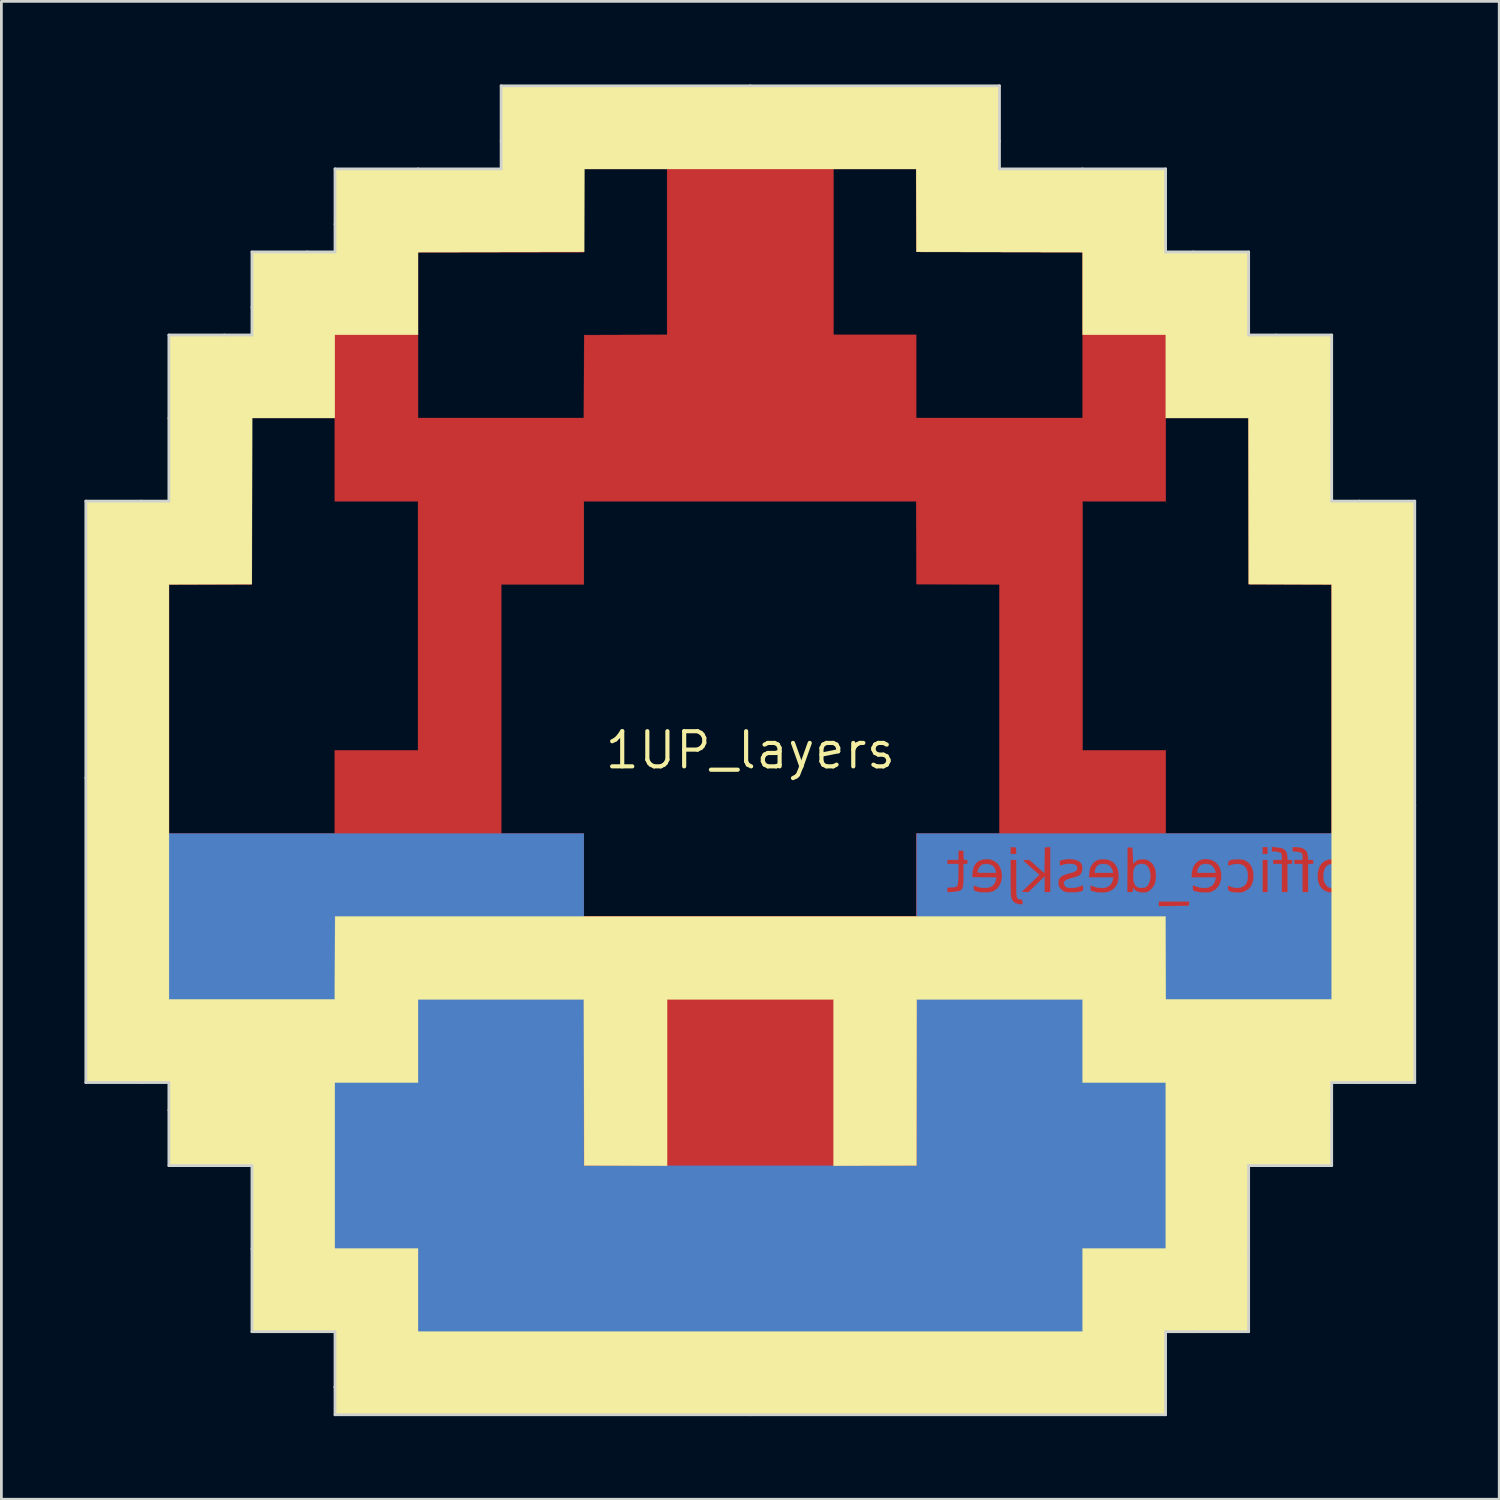
<source format=kicad_pcb>
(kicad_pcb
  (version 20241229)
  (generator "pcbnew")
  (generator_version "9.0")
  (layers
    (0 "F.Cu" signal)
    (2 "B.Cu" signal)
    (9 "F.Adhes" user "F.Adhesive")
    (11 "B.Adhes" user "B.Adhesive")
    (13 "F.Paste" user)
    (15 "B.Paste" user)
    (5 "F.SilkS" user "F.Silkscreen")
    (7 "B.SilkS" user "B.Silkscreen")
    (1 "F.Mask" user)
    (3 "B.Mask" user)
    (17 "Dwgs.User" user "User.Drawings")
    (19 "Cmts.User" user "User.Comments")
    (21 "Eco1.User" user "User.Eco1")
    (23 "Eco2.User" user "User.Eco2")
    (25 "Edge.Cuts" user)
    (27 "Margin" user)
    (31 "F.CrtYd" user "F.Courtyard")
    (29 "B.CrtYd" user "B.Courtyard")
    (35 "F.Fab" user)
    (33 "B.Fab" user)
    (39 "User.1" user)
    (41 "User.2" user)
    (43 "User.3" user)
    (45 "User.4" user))
  (footprint "1UP_layers"
    (layer "F.Cu")
    (at 24.05 24.05)
    (property "Reference" "1UP_layers" (at 0 0 0) (layer "F.SilkS") (effects (font (size 1.27 1.27) (thickness 0.15))))
    (attr through_hole)
    (fp_poly (pts (xy 8.996 -20.997) (xy 15.007 -20.997) (xy 15.007 -18.013) (xy 18.002 -18.002) (xy 18.008 -16.505) (xy 18.013 -15.007) (xy 20.997 -15.007) (xy 20.997 -8.996) (xy 24.003 -8.996) (xy 24.003 12.002) (xy 20.997 12.002) (xy 20.997 15.007) (xy 18.013 15.007) (xy 18.013 20.997) (xy 15.007 20.997) (xy 15.007 24.003) (xy -15.007 24.003) (xy -15.007 20.997) (xy -18.013 20.997) (xy -18.013 15.007) (xy -20.997 15.007) (xy -20.997 12.002) (xy -24.003 12.002) (xy -24.003 -5.99) (xy -20.997 -5.99) (xy -20.997 3.006) (xy -15.007 3.006) (xy -15.007 0) (xy -12.002 0) (xy -12.002 -5.99) (xy -8.996 -5.99) (xy -8.996 3.006) (xy -6.011 3.006) (xy -6.011 5.99) (xy 5.99 5.99) (xy 5.99 3.006) (xy 8.996 3.006) (xy 8.996 -5.99) (xy 7.498 -5.995) (xy 6.001 -6.001) (xy 5.99 -8.996) (xy 12.002 -8.996) (xy 12.002 0) (xy 15.007 0) (xy 15.007 3.006) (xy 20.997 3.006) (xy 20.997 -5.99) (xy 19.5 -5.995) (xy 18.002 -6.001) (xy 17.997 -9.001) (xy 17.992 -12.002) (xy 16.499 -12.002) (xy 15.007 -12.002) (xy 15.007 -8.996) (xy 12.002 -8.996) (xy 5.99 -8.996) (xy -6.011 -8.996) (xy -6.011 -5.99) (xy -8.996 -5.99) (xy -12.002 -5.99) (xy -12.002 -8.996) (xy -15.007 -8.996) (xy -15.007 -12.002) (xy -18.013 -12.002) (xy -18.013 -5.99) (xy -20.997 -5.99) (xy -24.003 -5.99) (xy -24.003 -8.996) (xy -20.997 -8.996) (xy -20.997 -15.007) (xy -18.013 -15.007) (xy -18.008 -16.505) (xy -18.002 -17.992) (xy -12.002 -17.992) (xy -12.002 -12.002) (xy -6.012 -12.002) (xy -6.001 -14.997) (xy -4.503 -15.002) (xy -3.006 -15.007) (xy -3.006 -20.997) (xy 3.006 -20.997) (xy 3.006 -15.007) (xy 5.99 -15.007) (xy 5.99 -12.002) (xy 12.002 -12.002) (xy 12.002 -17.992) (xy 6.001 -18.002) (xy 5.99 -20.997) (xy 3.006 -20.997) (xy -3.006 -20.997) (xy -6.011 -20.997) (xy -6.011 -17.992) (xy -12.002 -17.992) (xy -18.002 -17.992) (xy -18.002 -18.002) (xy -16.505 -18.008) (xy -15.007 -18.013) (xy -15.007 -20.997) (xy -8.996 -20.997) (xy -8.996 -24.003) (xy 8.996 -24.003) (xy 8.996 -20.997)) (stroke (width 0.01) (type solid)) (fill yes) (layer "F.Cu"))
    (fp_poly (pts (xy -3.006 -15.007) (xy -4.503 -15.002) (xy -6.001 -14.997) (xy -6.012 -12.002) (xy -12.002 -12.002) (xy -12.002 -17.992) (xy -6.001 -18.002) (xy -5.995 -19.5) (xy -5.99 -20.997) (xy -3.006 -20.997) (xy -3.006 -15.007)) (stroke (width 0.01) (type solid)) (fill yes) (layer "F.Mask"))
    (fp_poly (pts (xy 6.001 -18.002) (xy 12.002 -17.992) (xy 12.002 -12.002) (xy 6.012 -12.002) (xy 6.006 -13.499) (xy 6.001 -14.997) (xy 4.503 -15.002) (xy 3.006 -15.007) (xy 3.006 -20.997) (xy 5.99 -20.997) (xy 6.001 -18.002)) (stroke (width 0.01) (type solid)) (fill yes) (layer "F.Mask"))
    (fp_poly (pts (xy -15.007 -8.996) (xy -12.002 -8.996) (xy -12.002 0) (xy -15.007 0) (xy -15.007 3.006) (xy -20.997 3.006) (xy -20.997 -5.99) (xy -19.5 -5.995) (xy -18.002 -6.001) (xy -17.992 -12.002) (xy -15.007 -12.002) (xy -15.007 -8.996)) (stroke (width 0.01) (type solid)) (fill yes) (layer "F.Mask"))
    (fp_poly (pts (xy 17.997 -9.001) (xy 18.002 -6.001) (xy 19.5 -5.995) (xy 20.997 -5.99) (xy 20.997 3.006) (xy 15.007 3.006) (xy 15.007 0) (xy 12.002 0) (xy 12.002 -8.996) (xy 15.007 -8.996) (xy 15.007 -12.002) (xy 16.499 -12.002) (xy 17.992 -12.002) (xy 17.997 -9.001)) (stroke (width 0.01) (type solid)) (fill yes) (layer "F.Mask"))
    (fp_poly (pts (xy 6.001 -6.001) (xy 7.498 -5.995) (xy 8.996 -5.99) (xy 8.996 3.006) (xy 5.99 3.006) (xy 5.99 5.99) (xy -5.99 5.99) (xy -5.99 3.006) (xy -8.996 3.006) (xy -8.996 -5.99) (xy -7.498 -5.995) (xy -6.001 -6.001) (xy -5.995 -7.498) (xy -5.99 -8.996) (xy 5.99 -8.996) (xy 6.001 -6.001)) (stroke (width 0.01) (type solid)) (fill yes) (layer "F.Mask"))
    (fp_poly (pts (xy 12.819 4.111) (xy 12.908 4.134) (xy 12.924 4.14) (xy 12.999 4.197) (xy 13.059 4.283) (xy 13.089 4.366) (xy 13.103 4.424) (xy 12.446 4.424) (xy 12.446 4.37) (xy 12.464 4.286) (xy 12.512 4.203) (xy 12.565 4.151) (xy 12.632 4.12) (xy 12.721 4.106) (xy 12.819 4.111)) (stroke (width 0.01) (type solid)) (fill yes) (layer "B.Cu"))
    (fp_poly (pts (xy 16.523 4.111) (xy 16.613 4.134) (xy 16.628 4.14) (xy 16.703 4.197) (xy 16.763 4.283) (xy 16.793 4.366) (xy 16.807 4.424) (xy 16.15 4.424) (xy 16.15 4.37) (xy 16.168 4.286) (xy 16.217 4.203) (xy 16.269 4.151) (xy 16.336 4.12) (xy 16.426 4.106) (xy 16.523 4.111)) (stroke (width 0.01) (type solid)) (fill yes) (layer "B.Cu"))
    (fp_poly (pts (xy 8.655 4.124) (xy 8.753 4.173) (xy 8.823 4.253) (xy 8.861 4.356) (xy 8.874 4.424) (xy 8.543 4.424) (xy 8.418 4.423) (xy 8.328 4.422) (xy 8.269 4.418) (xy 8.234 4.412) (xy 8.217 4.403) (xy 8.213 4.389) (xy 8.213 4.388) (xy 8.227 4.326) (xy 8.263 4.253) (xy 8.31 4.186) (xy 8.358 4.143) (xy 8.43 4.117) (xy 8.524 4.106) (xy 8.533 4.106) (xy 8.655 4.124)) (stroke (width 0.01) (type solid)) (fill yes) (layer "B.Cu"))
    (fp_poly (pts (xy 22.83 4.275) (xy 22.907 4.325) (xy 22.952 4.389) (xy 22.98 4.485) (xy 22.985 4.595) (xy 22.966 4.698) (xy 22.954 4.731) (xy 22.899 4.802) (xy 22.819 4.848) (xy 22.727 4.867) (xy 22.635 4.853) (xy 22.608 4.842) (xy 22.534 4.782) (xy 22.485 4.697) (xy 22.462 4.598) (xy 22.466 4.495) (xy 22.497 4.398) (xy 22.556 4.318) (xy 22.567 4.308) (xy 22.649 4.264) (xy 22.741 4.253) (xy 22.83 4.275)) (stroke (width 0.01) (type solid)) (fill yes) (layer "B.Cu"))
    (fp_poly (pts (xy 21.131 4.125) (xy 21.22 4.178) (xy 21.287 4.268) (xy 21.298 4.29) (xy 21.324 4.384) (xy 21.336 4.498) (xy 21.332 4.619) (xy 21.315 4.731) (xy 21.283 4.819) (xy 21.276 4.83) (xy 21.206 4.907) (xy 21.112 4.956) (xy 21.008 4.974) (xy 20.905 4.956) (xy 20.9 4.954) (xy 20.84 4.912) (xy 20.782 4.843) (xy 20.736 4.759) (xy 20.721 4.714) (xy 20.709 4.644) (xy 20.704 4.555) (xy 20.705 4.488) (xy 20.727 4.344) (xy 20.774 4.233) (xy 20.845 4.157) (xy 20.94 4.115) (xy 21.018 4.106) (xy 21.131 4.125)) (stroke (width 0.01) (type solid)) (fill yes) (layer "B.Cu"))
    (fp_poly (pts (xy 14.225 4.115) (xy 14.283 4.136) (xy 14.351 4.193) (xy 14.402 4.281) (xy 14.435 4.389) (xy 14.449 4.508) (xy 14.444 4.63) (xy 14.419 4.745) (xy 14.374 4.843) (xy 14.342 4.885) (xy 14.294 4.931) (xy 14.246 4.955) (xy 14.179 4.966) (xy 14.159 4.968) (xy 14.074 4.969) (xy 14.012 4.953) (xy 13.979 4.936) (xy 13.914 4.881) (xy 13.87 4.807) (xy 13.844 4.708) (xy 13.833 4.577) (xy 13.832 4.53) (xy 13.838 4.4) (xy 13.856 4.302) (xy 13.889 4.228) (xy 13.942 4.168) (xy 13.972 4.144) (xy 14.043 4.113) (xy 14.133 4.103) (xy 14.225 4.115)) (stroke (width 0.01) (type solid)) (fill yes) (layer "B.Cu"))
    (fp_poly (pts (xy -6.011 15.007) (xy 6.011 15.007) (xy 6.011 3.958) (xy 7.112 3.958) (xy 7.112 4.106) (xy 7.517 4.106) (xy 7.51 4.487) (xy 7.507 4.636) (xy 7.503 4.748) (xy 7.494 4.828) (xy 7.477 4.883) (xy 7.451 4.917) (xy 7.411 4.936) (xy 7.356 4.944) (xy 7.282 4.949) (xy 7.27 4.95) (xy 7.112 4.958) (xy 7.112 5.127) (xy 7.308 5.118) (xy 7.445 5.106) (xy 7.542 5.085) (xy 7.574 5.072) (xy 7.616 5.046) (xy 7.648 5.013) (xy 7.671 4.968) (xy 7.687 4.905) (xy 7.697 4.819) (xy 7.703 4.703) (xy 7.704 4.583) (xy 8.012 4.583) (xy 8.451 4.588) (xy 8.582 4.59) (xy 8.698 4.593) (xy 8.791 4.595) (xy 8.857 4.598) (xy 8.888 4.6) (xy 8.89 4.6) (xy 8.884 4.622) (xy 8.87 4.672) (xy 8.859 4.712) (xy 8.808 4.824) (xy 8.73 4.904) (xy 8.624 4.952) (xy 8.49 4.971) (xy 8.4 4.968) (xy 8.308 4.955) (xy 8.217 4.933) (xy 8.16 4.913) (xy 8.065 4.871) (xy 8.065 4.964) (xy 8.069 5.023) (xy 8.082 5.064) (xy 8.088 5.071) (xy 8.167 5.103) (xy 8.275 5.125) (xy 8.399 5.136) (xy 8.528 5.137) (xy 8.649 5.126) (xy 8.75 5.104) (xy 8.795 5.086) (xy 8.913 5.001) (xy 9.004 4.888) (xy 9.064 4.753) (xy 9.093 4.603) (xy 9.088 4.442) (xy 9.072 4.36) (xy 9.022 4.218) (xy 8.95 4.108) (xy 8.85 4.023) (xy 8.795 3.991) (xy 8.725 3.958) (xy 9.398 3.958) (xy 9.398 4.598) (xy 9.399 4.796) (xy 9.401 4.969) (xy 9.405 5.112) (xy 9.41 5.222) (xy 9.417 5.296) (xy 9.421 5.323) (xy 9.469 5.43) (xy 9.546 5.506) (xy 9.652 5.551) (xy 9.764 5.565) (xy 9.845 5.567) (xy 9.838 5.477) (xy 9.837 5.461) (xy 14.753 5.461) (xy 14.753 5.631) (xy 15.843 5.62) (xy 15.856 5.461) (xy 14.753 5.461) (xy 9.837 5.461) (xy 9.832 5.42) (xy 9.816 5.393) (xy 9.78 5.383) (xy 9.753 5.38) (xy 9.715 5.376) (xy 9.685 5.369) (xy 9.661 5.353) (xy 9.642 5.326) (xy 9.629 5.282) (xy 9.62 5.218) (xy 9.614 5.129) (xy 9.614 5.12) (xy 9.79 5.12) (xy 9.921 5.121) (xy 10.053 5.122) (xy 10.626 4.567) (xy 10.626 5.122) (xy 10.837 5.122) (xy 10.837 4.843) (xy 11.123 4.843) (xy 11.16 4.947) (xy 11.233 5.035) (xy 11.338 5.103) (xy 11.372 5.117) (xy 11.429 5.128) (xy 11.516 5.134) (xy 11.62 5.135) (xy 11.73 5.131) (xy 11.833 5.122) (xy 11.917 5.109) (xy 11.943 5.102) (xy 11.99 5.086) (xy 12.014 5.065) (xy 12.022 5.026) (xy 12.023 4.971) (xy 12.021 4.908) (xy 12.013 4.88) (xy 11.997 4.876) (xy 11.986 4.88) (xy 11.848 4.933) (xy 11.73 4.962) (xy 11.617 4.971) (xy 11.57 4.97) (xy 11.489 4.963) (xy 11.437 4.952) (xy 11.402 4.931) (xy 11.375 4.903) (xy 11.332 4.835) (xy 11.328 4.774) (xy 11.365 4.72) (xy 11.443 4.672) (xy 11.562 4.63) (xy 11.608 4.617) (xy 11.697 4.593) (xy 12.229 4.593) (xy 13.107 4.593) (xy 13.092 4.673) (xy 13.052 4.789) (xy 12.982 4.878) (xy 12.884 4.939) (xy 12.764 4.97) (xy 12.623 4.97) (xy 12.465 4.939) (xy 12.419 4.924) (xy 12.275 4.875) (xy 12.281 4.972) (xy 12.287 5.068) (xy 12.404 5.105) (xy 12.532 5.133) (xy 12.671 5.143) (xy 12.808 5.137) (xy 12.887 5.122) (xy 13.61 5.122) (xy 13.822 5.122) (xy 13.822 5.044) (xy 13.823 4.993) (xy 13.829 4.981) (xy 13.847 5) (xy 13.855 5.012) (xy 13.92 5.072) (xy 14.014 5.116) (xy 14.123 5.14) (xy 14.235 5.143) (xy 14.339 5.121) (xy 14.357 5.114) (xy 14.446 5.057) (xy 14.529 4.968) (xy 14.597 4.858) (xy 14.607 4.837) (xy 14.636 4.741) (xy 14.652 4.621) (xy 14.653 4.593) (xy 15.933 4.593) (xy 16.811 4.593) (xy 16.796 4.673) (xy 16.756 4.788) (xy 16.686 4.878) (xy 16.589 4.939) (xy 16.469 4.97) (xy 16.329 4.971) (xy 16.174 4.939) (xy 16.124 4.923) (xy 15.981 4.872) (xy 15.981 4.964) (xy 15.985 5.023) (xy 15.995 5.062) (xy 16 5.068) (xy 16.068 5.096) (xy 16.165 5.118) (xy 16.28 5.133) (xy 16.4 5.14) (xy 16.513 5.139) (xy 16.606 5.128) (xy 16.639 5.119) (xy 16.776 5.052) (xy 16.883 4.955) (xy 16.913 4.907) (xy 17.249 4.907) (xy 17.249 4.951) (xy 17.255 5.004) (xy 17.266 5.051) (xy 17.277 5.075) (xy 17.34 5.107) (xy 17.439 5.129) (xy 17.566 5.14) (xy 17.612 5.142) (xy 17.707 5.14) (xy 17.779 5.129) (xy 17.846 5.106) (xy 17.882 5.089) (xy 18.004 5.008) (xy 18.093 4.903) (xy 18.151 4.772) (xy 18.177 4.613) (xy 18.178 4.479) (xy 18.152 4.313) (xy 18.094 4.175) (xy 18.005 4.064) (xy 17.883 3.98) (xy 17.845 3.963) (xy 17.828 3.958) (xy 18.5 3.958) (xy 18.5 5.122) (xy 18.69 5.122) (xy 18.69 3.958) (xy 18.5 3.958) (xy 17.828 3.958) (xy 17.771 3.943) (xy 17.671 3.933) (xy 17.56 3.932) (xy 17.453 3.94) (xy 17.364 3.957) (xy 17.346 3.963) (xy 17.292 3.987) (xy 17.266 4.015) (xy 17.256 4.065) (xy 17.255 4.082) (xy 17.253 4.136) (xy 17.263 4.162) (xy 17.294 4.164) (xy 17.354 4.147) (xy 17.378 4.138) (xy 17.45 4.12) (xy 17.541 4.109) (xy 17.6 4.106) (xy 17.721 4.12) (xy 17.815 4.162) (xy 17.889 4.238) (xy 17.924 4.297) (xy 17.957 4.395) (xy 17.97 4.514) (xy 17.963 4.637) (xy 17.938 4.749) (xy 17.908 4.814) (xy 17.834 4.895) (xy 17.734 4.948) (xy 17.616 4.971) (xy 17.485 4.963) (xy 17.373 4.932) (xy 17.311 4.909) (xy 17.269 4.893) (xy 17.256 4.89) (xy 17.249 4.907) (xy 16.913 4.907) (xy 16.96 4.83) (xy 17.004 4.681) (xy 17.013 4.602) (xy 17.009 4.424) (xy 16.972 4.269) (xy 16.904 4.14) (xy 16.806 4.039) (xy 16.68 3.967) (xy 16.571 3.935) (xy 16.417 3.923) (xy 16.279 3.948) (xy 16.16 4.009) (xy 16.063 4.101) (xy 15.992 4.223) (xy 15.951 4.371) (xy 15.943 4.44) (xy 15.933 4.593) (xy 14.653 4.593) (xy 14.656 4.493) (xy 14.647 4.373) (xy 14.628 4.286) (xy 14.562 4.145) (xy 14.473 4.038) (xy 14.363 3.967) (xy 14.234 3.932) (xy 14.171 3.929) (xy 14.042 3.943) (xy 13.941 3.986) (xy 13.875 4.043) (xy 13.832 4.09) (xy 13.822 3.796) (xy 13.811 3.503) (xy 13.621 3.503) (xy 13.615 4.313) (xy 13.61 5.122) (xy 12.887 5.122) (xy 12.928 5.115) (xy 12.986 5.093) (xy 13.115 5.015) (xy 13.21 4.915) (xy 13.273 4.79) (xy 13.305 4.638) (xy 13.309 4.59) (xy 13.303 4.416) (xy 13.265 4.264) (xy 13.197 4.137) (xy 13.101 4.037) (xy 12.981 3.968) (xy 12.838 3.933) (xy 12.764 3.928) (xy 12.629 3.937) (xy 12.522 3.967) (xy 12.434 4.021) (xy 12.405 4.047) (xy 12.32 4.152) (xy 12.267 4.272) (xy 12.24 4.418) (xy 12.239 4.44) (xy 12.229 4.593) (xy 11.697 4.593) (xy 11.732 4.584) (xy 11.821 4.552) (xy 11.885 4.519) (xy 11.93 4.48) (xy 11.96 4.439) (xy 11.993 4.349) (xy 12.001 4.244) (xy 11.983 4.143) (xy 11.959 4.089) (xy 11.894 4.021) (xy 11.797 3.97) (xy 11.676 3.937) (xy 11.538 3.925) (xy 11.391 3.935) (xy 11.287 3.955) (xy 11.176 3.984) (xy 11.176 4.077) (xy 11.178 4.136) (xy 11.191 4.163) (xy 11.224 4.162) (xy 11.286 4.139) (xy 11.293 4.137) (xy 11.365 4.117) (xy 11.464 4.105) (xy 11.531 4.103) (xy 11.65 4.11) (xy 11.733 4.135) (xy 11.784 4.179) (xy 11.806 4.244) (xy 11.807 4.249) (xy 11.798 4.309) (xy 11.755 4.358) (xy 11.676 4.399) (xy 11.557 4.433) (xy 11.556 4.433) (xy 11.404 4.474) (xy 11.29 4.519) (xy 11.209 4.573) (xy 11.156 4.639) (xy 11.127 4.719) (xy 11.125 4.729) (xy 11.123 4.843) (xy 10.837 4.843) (xy 10.837 3.493) (xy 18.5 3.493) (xy 18.5 3.747) (xy 18.69 3.747) (xy 18.69 3.662) (xy 18.838 3.662) (xy 18.928 3.662) (xy 19.018 3.668) (xy 19.099 3.686) (xy 19.158 3.711) (xy 19.18 3.73) (xy 19.191 3.766) (xy 19.197 3.827) (xy 19.198 3.858) (xy 19.198 3.958) (xy 18.881 3.958) (xy 18.881 4.106) (xy 19.198 4.106) (xy 19.198 5.122) (xy 19.41 5.122) (xy 19.41 4.106) (xy 19.494 4.106) (xy 19.549 4.104) (xy 19.573 4.09) (xy 19.579 4.054) (xy 19.579 4.032) (xy 19.576 3.984) (xy 19.56 3.963) (xy 19.517 3.958) (xy 19.497 3.958) (xy 19.416 3.958) (xy 19.404 3.828) (xy 19.381 3.711) (xy 19.353 3.656) (xy 19.579 3.656) (xy 19.732 3.669) (xy 19.828 3.681) (xy 19.889 3.702) (xy 19.923 3.739) (xy 19.937 3.799) (xy 19.939 3.856) (xy 19.939 3.958) (xy 19.643 3.958) (xy 19.643 4.106) (xy 19.939 4.106) (xy 19.939 5.122) (xy 20.151 5.122) (xy 20.151 4.539) (xy 20.489 4.539) (xy 20.495 4.668) (xy 20.515 4.772) (xy 20.552 4.865) (xy 20.592 4.935) (xy 20.676 5.029) (xy 20.787 5.097) (xy 20.918 5.136) (xy 21.061 5.145) (xy 21.208 5.12) (xy 21.217 5.117) (xy 21.312 5.07) (xy 21.402 4.992) (xy 21.474 4.895) (xy 21.514 4.81) (xy 21.534 4.721) (xy 21.546 4.608) (xy 21.55 4.489) (xy 21.549 4.465) (xy 21.811 4.465) (xy 21.834 4.613) (xy 21.891 4.75) (xy 21.96 4.844) (xy 22.062 4.928) (xy 22.193 4.992) (xy 22.336 5.028) (xy 22.437 5.042) (xy 22.437 4.882) (xy 22.484 4.925) (xy 22.588 4.994) (xy 22.703 5.027) (xy 22.82 5.024) (xy 22.932 4.988) (xy 23.029 4.92) (xy 23.105 4.821) (xy 23.112 4.807) (xy 23.157 4.675) (xy 23.168 4.529) (xy 23.155 4.426) (xy 23.113 4.315) (xy 23.043 4.217) (xy 22.954 4.143) (xy 22.855 4.099) (xy 22.831 4.095) (xy 22.698 4.095) (xy 22.577 4.133) (xy 22.501 4.183) (xy 22.437 4.237) (xy 22.437 4.172) (xy 22.433 4.128) (xy 22.412 4.11) (xy 22.363 4.106) (xy 22.288 4.106) (xy 22.288 4.487) (xy 22.288 4.609) (xy 22.286 4.715) (xy 22.284 4.798) (xy 22.281 4.851) (xy 22.277 4.868) (xy 22.229 4.855) (xy 22.166 4.821) (xy 22.105 4.777) (xy 22.071 4.743) (xy 22.012 4.643) (xy 21.98 4.521) (xy 21.976 4.389) (xy 21.999 4.258) (xy 22.033 4.173) (xy 22.127 4.029) (xy 22.247 3.919) (xy 22.392 3.844) (xy 22.562 3.801) (xy 22.65 3.793) (xy 22.821 3.796) (xy 22.966 3.824) (xy 23.095 3.88) (xy 23.176 3.934) (xy 23.307 4.052) (xy 23.4 4.184) (xy 23.458 4.335) (xy 23.483 4.51) (xy 23.484 4.573) (xy 23.483 4.668) (xy 23.474 4.739) (xy 23.456 4.802) (xy 23.425 4.873) (xy 23.415 4.894) (xy 23.319 5.044) (xy 23.198 5.163) (xy 23.056 5.251) (xy 22.899 5.306) (xy 22.731 5.326) (xy 22.56 5.309) (xy 22.389 5.255) (xy 22.312 5.216) (xy 22.218 5.164) (xy 22.169 5.21) (xy 22.134 5.247) (xy 22.119 5.273) (xy 22.119 5.273) (xy 22.137 5.296) (xy 22.185 5.328) (xy 22.253 5.366) (xy 22.331 5.402) (xy 22.41 5.434) (xy 22.432 5.441) (xy 22.583 5.473) (xy 22.749 5.481) (xy 22.911 5.464) (xy 23.013 5.438) (xy 23.148 5.38) (xy 23.278 5.303) (xy 23.387 5.216) (xy 23.433 5.168) (xy 23.476 5.108) (xy 23.525 5.027) (xy 23.565 4.953) (xy 23.594 4.892) (xy 23.613 4.842) (xy 23.624 4.79) (xy 23.63 4.726) (xy 23.632 4.639) (xy 23.633 4.56) (xy 23.632 4.452) (xy 23.629 4.374) (xy 23.622 4.315) (xy 23.608 4.264) (xy 23.584 4.209) (xy 23.553 4.144) (xy 23.451 3.982) (xy 23.323 3.848) (xy 23.175 3.744) (xy 23.011 3.67) (xy 22.837 3.628) (xy 22.659 3.619) (xy 22.482 3.643) (xy 22.311 3.701) (xy 22.152 3.795) (xy 22.054 3.879) (xy 21.944 4.012) (xy 21.866 4.158) (xy 21.822 4.311) (xy 21.811 4.465) (xy 21.549 4.465) (xy 21.544 4.382) (xy 21.535 4.326) (xy 21.482 4.185) (xy 21.398 4.072) (xy 21.288 3.989) (xy 21.155 3.941) (xy 21.04 3.928) (xy 20.881 3.943) (xy 20.748 3.992) (xy 20.642 4.073) (xy 20.562 4.185) (xy 20.511 4.328) (xy 20.49 4.499) (xy 20.489 4.539) (xy 20.151 4.539) (xy 20.151 4.106) (xy 20.246 4.106) (xy 20.304 4.105) (xy 20.332 4.094) (xy 20.341 4.065) (xy 20.341 4.032) (xy 20.339 3.987) (xy 20.325 3.965) (xy 20.288 3.959) (xy 20.246 3.958) (xy 20.151 3.958) (xy 20.151 3.879) (xy 20.136 3.748) (xy 20.092 3.645) (xy 20.018 3.57) (xy 19.911 3.521) (xy 19.772 3.496) (xy 19.69 3.493) (xy 19.579 3.493) (xy 19.579 3.656) (xy 19.353 3.656) (xy 19.336 3.622) (xy 19.262 3.56) (xy 19.158 3.52) (xy 19.019 3.499) (xy 19.008 3.498) (xy 18.838 3.486) (xy 18.838 3.662) (xy 18.69 3.662) (xy 18.69 3.493) (xy 18.5 3.493) (xy 10.837 3.493) (xy 10.837 3.49) (xy 10.737 3.497) (xy 10.636 3.503) (xy 10.626 3.965) (xy 10.615 4.427) (xy 10.351 4.193) (xy 10.086 3.959) (xy 9.961 3.959) (xy 9.914 3.958) (xy 9.881 3.96) (xy 9.864 3.968) (xy 9.865 3.984) (xy 9.888 4.013) (xy 9.934 4.058) (xy 10.005 4.122) (xy 10.105 4.209) (xy 10.172 4.268) (xy 10.436 4.498) (xy 10.113 4.809) (xy 9.79 5.12) (xy 9.614 5.12) (xy 9.611 5.012) (xy 9.61 4.861) (xy 9.61 4.674) (xy 9.61 4.62) (xy 9.61 3.958) (xy 9.398 3.958) (xy 8.725 3.958) (xy 8.717 3.955) (xy 8.648 3.936) (xy 8.568 3.929) (xy 8.522 3.928) (xy 8.37 3.946) (xy 8.244 3.998) (xy 8.144 4.081) (xy 8.072 4.196) (xy 8.03 4.34) (xy 8.018 4.445) (xy 8.012 4.583) (xy 7.704 4.583) (xy 7.705 4.552) (xy 7.705 4.499) (xy 7.705 4.106) (xy 7.779 4.106) (xy 7.828 4.103) (xy 7.849 4.085) (xy 7.853 4.038) (xy 7.853 4.034) (xy 7.849 3.984) (xy 7.828 3.962) (xy 7.784 3.954) (xy 7.715 3.948) (xy 7.709 3.784) (xy 7.708 3.747) (xy 9.398 3.747) (xy 9.612 3.747) (xy 9.605 3.625) (xy 9.599 3.503) (xy 9.499 3.497) (xy 9.398 3.49) (xy 9.398 3.747) (xy 7.708 3.747) (xy 7.703 3.619) (xy 7.514 3.619) (xy 7.514 3.958) (xy 7.112 3.958) (xy 6.011 3.958) (xy 6.011 3.006) (xy 24.003 3.006) (xy 24.003 12.044) (xy 21.04 12.044) (xy 21.04 14.985) (xy 19.534 14.986) (xy 19.286 14.986) (xy 19.049 14.987) (xy 18.828 14.987) (xy 18.627 14.989) (xy 18.448 14.99) (xy 18.295 14.991) (xy 18.171 14.993) (xy 18.08 14.995) (xy 18.026 14.997) (xy 18.01 14.998) (xy 18.008 15.02) (xy 18.006 15.083) (xy 18.004 15.184) (xy 18.002 15.32) (xy 18 15.491) (xy 17.998 15.693) (xy 17.997 15.925) (xy 17.995 16.185) (xy 17.994 16.47) (xy 17.993 16.779) (xy 17.992 17.109) (xy 17.992 17.458) (xy 17.992 17.825) (xy 17.992 18.003) (xy 17.992 20.997) (xy 16.494 21.002) (xy 14.997 21.008) (xy 14.991 22.505) (xy 14.986 24.003) (xy -14.986 24.003) (xy -14.986 20.997) (xy -17.992 20.997) (xy -18.002 14.997) (xy -19.5 14.991) (xy -20.997 14.986) (xy -20.997 12.002) (xy -22.495 12.001) (xy -23.992 12.001) (xy -23.999 7.504) (xy -24.006 3.006) (xy -6.011 3.006) (xy -6.011 15.007)) (stroke (width 0.01) (type solid)) (fill yes) (layer "B.Cu"))
    (fp_poly (pts (xy 8.996 -20.997) (xy 15.007 -20.997) (xy 15.007 -18.013) (xy 18.002 -18.002) (xy 18.008 -16.505) (xy 18.013 -15.007) (xy 20.997 -15.007) (xy 20.997 -8.996) (xy 24.003 -8.996) (xy 24.003 12.002) (xy 20.997 12.002) (xy 20.997 15.007) (xy 18.013 15.007) (xy 18.013 20.997) (xy 15.007 20.997) (xy 15.007 24.003) (xy -15.007 24.003) (xy -15.007 20.997) (xy -18.013 20.997) (xy -18.013 15.007) (xy -20.997 15.007) (xy -20.997 12.002) (xy -15.007 12.002) (xy -15.007 17.992) (xy -12.002 17.992) (xy -12.002 20.997) (xy 12.002 20.997) (xy 12.002 17.992) (xy 15.007 17.992) (xy 15.007 12.002) (xy 12.002 12.002) (xy 12.002 8.996) (xy 6.011 8.996) (xy 6.001 14.997) (xy 4.503 15.002) (xy 3.006 15.007) (xy 3.006 8.996) (xy -3.006 8.996) (xy -3.006 15.007) (xy -4.503 15.002) (xy -6.001 14.997) (xy -6.006 11.996) (xy -6.011 8.996) (xy -12.002 8.996) (xy -12.002 12.002) (xy -15.007 12.002) (xy -20.997 12.002) (xy -24.003 12.002) (xy -24.003 -5.99) (xy -20.997 -5.99) (xy -20.997 8.996) (xy -15.007 8.996) (xy -15.002 7.498) (xy -14.997 6.001) (xy 14.997 6.001) (xy 15.002 7.498) (xy 15.007 8.996) (xy 20.997 8.996) (xy 20.997 -5.99) (xy 19.5 -5.995) (xy 18.002 -6.001) (xy 17.997 -9.001) (xy 17.992 -12.002) (xy 15.007 -12.002) (xy 15.007 -15.007) (xy 12.002 -15.007) (xy 12.002 -17.992) (xy 6.001 -18.002) (xy 5.99 -20.997) (xy -5.99 -20.997) (xy -5.995 -19.5) (xy -6.001 -18.002) (xy -12.002 -17.992) (xy -12.002 -15.007) (xy -15.007 -15.007) (xy -15.007 -12.002) (xy -17.992 -12.002) (xy -18.002 -6.001) (xy -19.5 -5.995) (xy -20.997 -5.99) (xy -24.003 -5.99) (xy -24.003 -8.996) (xy -20.997 -8.996) (xy -20.997 -15.007) (xy -18.013 -15.007) (xy -18.008 -16.505) (xy -18.002 -18.002) (xy -16.505 -18.008) (xy -15.007 -18.013) (xy -15.007 -20.997) (xy -8.996 -20.997) (xy -8.996 -24.003) (xy 8.996 -24.003) (xy 8.996 -20.997)) (stroke (width 0.01) (type solid)) (fill yes) (layer "F.SilkS"))
    (fp_line (start -24 -9) (end -22 -9) (stroke (width 0.1) (type solid)) (layer "Edge.Cuts"))
    (fp_line (start -24 1) (end -24 -9) (stroke (width 0.1) (type solid)) (layer "Edge.Cuts"))
    (fp_line (start -24 12) (end -24 1) (stroke (width 0.1) (type solid)) (layer "Edge.Cuts"))
    (fp_line (start -22 -9) (end -21 -9) (stroke (width 0.1) (type solid)) (layer "Edge.Cuts"))
    (fp_line (start -22 12) (end -24 12) (stroke (width 0.1) (type solid)) (layer "Edge.Cuts"))
    (fp_line (start -21 -15) (end -19 -15) (stroke (width 0.1) (type solid)) (layer "Edge.Cuts"))
    (fp_line (start -21 -11.994) (end -21 -15) (stroke (width 0.1) (type solid)) (layer "Edge.Cuts"))
    (fp_line (start -21 -9) (end -21 -11.994) (stroke (width 0.1) (type solid)) (layer "Edge.Cuts"))
    (fp_line (start -21 12) (end -22 12) (stroke (width 0.1) (type solid)) (layer "Edge.Cuts"))
    (fp_line (start -21 13) (end -21 12) (stroke (width 0.1) (type solid)) (layer "Edge.Cuts"))
    (fp_line (start -21 15) (end -21 13) (stroke (width 0.1) (type solid)) (layer "Edge.Cuts"))
    (fp_line (start -19 -15) (end -18 -15) (stroke (width 0.1) (type solid)) (layer "Edge.Cuts"))
    (fp_line (start -19 15) (end -21 15) (stroke (width 0.1) (type solid)) (layer "Edge.Cuts"))
    (fp_line (start -18 -18) (end -16 -18) (stroke (width 0.1) (type solid)) (layer "Edge.Cuts"))
    (fp_line (start -18 -16) (end -18 -18) (stroke (width 0.1) (type solid)) (layer "Edge.Cuts"))
    (fp_line (start -18 -15) (end -18 -16) (stroke (width 0.1) (type solid)) (layer "Edge.Cuts"))
    (fp_line (start -18 15) (end -19 15) (stroke (width 0.1) (type solid)) (layer "Edge.Cuts"))
    (fp_line (start -18 18) (end -18 15) (stroke (width 0.1) (type solid)) (layer "Edge.Cuts"))
    (fp_line (start -18 21) (end -18 18) (stroke (width 0.1) (type solid)) (layer "Edge.Cuts"))
    (fp_line (start -16 -18) (end -15 -18) (stroke (width 0.1) (type solid)) (layer "Edge.Cuts"))
    (fp_line (start -16 21) (end -18 21) (stroke (width 0.1) (type solid)) (layer "Edge.Cuts"))
    (fp_line (start -15 -21) (end -12 -21) (stroke (width 0.1) (type solid)) (layer "Edge.Cuts"))
    (fp_line (start -15 -19) (end -15 -21) (stroke (width 0.1) (type solid)) (layer "Edge.Cuts"))
    (fp_line (start -15 -18) (end -15 -19) (stroke (width 0.1) (type solid)) (layer "Edge.Cuts"))
    (fp_line (start -15 21) (end -16 21) (stroke (width 0.1) (type solid)) (layer "Edge.Cuts"))
    (fp_line (start -15 23) (end -15 21) (stroke (width 0.1) (type solid)) (layer "Edge.Cuts"))
    (fp_line (start -15 23) (end -15 23) (stroke (width 0.1) (type solid)) (layer "Edge.Cuts"))
    (fp_line (start -15 24) (end -15 23) (stroke (width 0.1) (type solid)) (layer "Edge.Cuts"))
    (fp_line (start -12 -21) (end -9 -21) (stroke (width 0.1) (type solid)) (layer "Edge.Cuts"))
    (fp_line (start -9 -24) (end 0 -24) (stroke (width 0.1) (type solid)) (layer "Edge.Cuts"))
    (fp_line (start -9 -22) (end -9 -24) (stroke (width 0.1) (type solid)) (layer "Edge.Cuts"))
    (fp_line (start -9 -21) (end -9 -22) (stroke (width 0.1) (type solid)) (layer "Edge.Cuts"))
    (fp_line (start 0 -24) (end 9 -24) (stroke (width 0.1) (type solid)) (layer "Edge.Cuts"))
    (fp_line (start 0 24) (end -15 24) (stroke (width 0.1) (type solid)) (layer "Edge.Cuts"))
    (fp_line (start 9 -24) (end 9 -22) (stroke (width 0.1) (type solid)) (layer "Edge.Cuts"))
    (fp_line (start 9 -22) (end 9 -21) (stroke (width 0.1) (type solid)) (layer "Edge.Cuts"))
    (fp_line (start 9 -21) (end 12 -21) (stroke (width 0.1) (type solid)) (layer "Edge.Cuts"))
    (fp_line (start 12 -21) (end 15 -21) (stroke (width 0.1) (type solid)) (layer "Edge.Cuts"))
    (fp_line (start 15 -21) (end 15 -19) (stroke (width 0.1) (type solid)) (layer "Edge.Cuts"))
    (fp_line (start 15 -19) (end 15 -18) (stroke (width 0.1) (type solid)) (layer "Edge.Cuts"))
    (fp_line (start 15 -18) (end 16 -18) (stroke (width 0.1) (type solid)) (layer "Edge.Cuts"))
    (fp_line (start 15 21) (end 15 22) (stroke (width 0.1) (type solid)) (layer "Edge.Cuts"))
    (fp_line (start 15 22) (end 15 24) (stroke (width 0.1) (type solid)) (layer "Edge.Cuts"))
    (fp_line (start 15 24) (end 0 24) (stroke (width 0.1) (type solid)) (layer "Edge.Cuts"))
    (fp_line (start 16 -18) (end 18 -18) (stroke (width 0.1) (type solid)) (layer "Edge.Cuts"))
    (fp_line (start 16 21) (end 15 21) (stroke (width 0.1) (type solid)) (layer "Edge.Cuts"))
    (fp_line (start 18 -18) (end 18 -16) (stroke (width 0.1) (type solid)) (layer "Edge.Cuts"))
    (fp_line (start 18 -16) (end 18 -15) (stroke (width 0.1) (type solid)) (layer "Edge.Cuts"))
    (fp_line (start 18 -15) (end 19 -15) (stroke (width 0.1) (type solid)) (layer "Edge.Cuts"))
    (fp_line (start 18 15) (end 18 18) (stroke (width 0.1) (type solid)) (layer "Edge.Cuts"))
    (fp_line (start 18 18) (end 18 21) (stroke (width 0.1) (type solid)) (layer "Edge.Cuts"))
    (fp_line (start 18 21) (end 16 21) (stroke (width 0.1) (type solid)) (layer "Edge.Cuts"))
    (fp_line (start 19 -15) (end 21 -15) (stroke (width 0.1) (type solid)) (layer "Edge.Cuts"))
    (fp_line (start 19 15) (end 18 15) (stroke (width 0.1) (type solid)) (layer "Edge.Cuts"))
    (fp_line (start 21 -15) (end 21 -12) (stroke (width 0.1) (type solid)) (layer "Edge.Cuts"))
    (fp_line (start 21 -12) (end 21 -9) (stroke (width 0.1) (type solid)) (layer "Edge.Cuts"))
    (fp_line (start 21 -9) (end 22 -9) (stroke (width 0.1) (type solid)) (layer "Edge.Cuts"))
    (fp_line (start 21 12) (end 21 13) (stroke (width 0.1) (type solid)) (layer "Edge.Cuts"))
    (fp_line (start 21 13) (end 21 15) (stroke (width 0.1) (type solid)) (layer "Edge.Cuts"))
    (fp_line (start 21 15) (end 19 15) (stroke (width 0.1) (type solid)) (layer "Edge.Cuts"))
    (fp_line (start 22 -9) (end 24 -9) (stroke (width 0.1) (type solid)) (layer "Edge.Cuts"))
    (fp_line (start 22 12) (end 21 12) (stroke (width 0.1) (type solid)) (layer "Edge.Cuts"))
    (fp_line (start 24 -9) (end 24 2) (stroke (width 0.1) (type solid)) (layer "Edge.Cuts"))
    (fp_line (start 24 2) (end 24 12) (stroke (width 0.1) (type solid)) (layer "Edge.Cuts"))
    (fp_line (start 24 12) (end 22 12) (stroke (width 0.1) (type solid)) (layer "Edge.Cuts")))
  (gr_rect
    (start -3 -3)
    (end 51.1 51.1)
    (stroke (width 0.1) (type default))
    (fill no)
    (layer "Edge.Cuts")))
</source>
